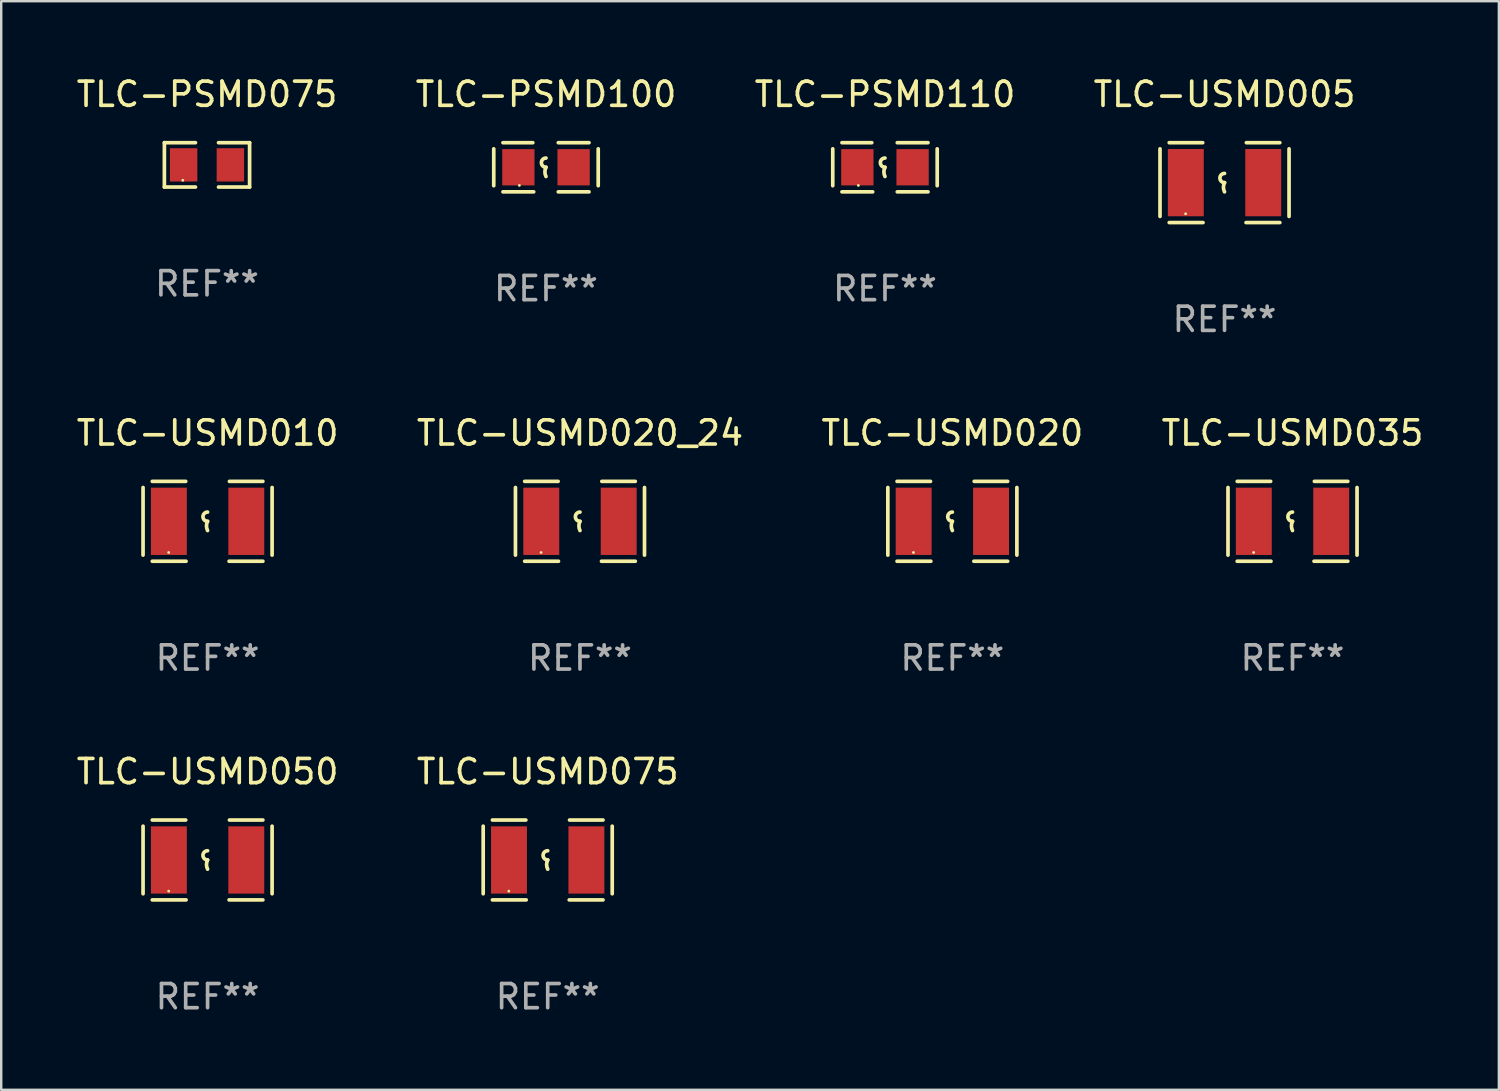
<source format=kicad_pcb>
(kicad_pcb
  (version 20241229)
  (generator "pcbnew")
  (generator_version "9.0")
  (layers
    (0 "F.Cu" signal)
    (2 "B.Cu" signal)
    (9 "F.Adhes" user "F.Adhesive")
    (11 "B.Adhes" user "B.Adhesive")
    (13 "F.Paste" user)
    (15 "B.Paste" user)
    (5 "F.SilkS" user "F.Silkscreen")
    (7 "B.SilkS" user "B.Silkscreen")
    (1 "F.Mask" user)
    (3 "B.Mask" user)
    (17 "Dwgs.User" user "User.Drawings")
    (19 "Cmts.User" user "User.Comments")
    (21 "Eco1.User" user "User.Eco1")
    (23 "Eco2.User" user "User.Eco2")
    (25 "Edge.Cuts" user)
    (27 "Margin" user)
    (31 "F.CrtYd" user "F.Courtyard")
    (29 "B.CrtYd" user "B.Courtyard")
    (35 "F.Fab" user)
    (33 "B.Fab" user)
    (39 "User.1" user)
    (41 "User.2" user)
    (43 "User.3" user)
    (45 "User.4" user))
  (footprint "TLC-USMD005"
    (layer "F.Cu")
    (at 47.565 4.499)
    (property "Reference" "TLC-USMD005" (at 0 -3.651 0) (layer "F.SilkS") (effects (font (size 1 1) (thickness 0.15))))
    (attr through_hole)
    (fp_line (start -2.667 -1.397) (end -2.667 1.397) (stroke (width 0.152) (type solid)) (layer "F.SilkS"))
    (fp_line (start -2.286 -1.651) (end -0.903 -1.651) (stroke (width 0.152) (type solid)) (layer "F.SilkS"))
    (fp_line (start -0.889 1.651) (end -2.286 1.651) (stroke (width 0.152) (type solid)) (layer "F.SilkS"))
    (fp_line (start 0.889 1.651) (end 2.286 1.651) (stroke (width 0.152) (type solid)) (layer "F.SilkS"))
    (fp_line (start 2.286 -1.651) (end 0.903 -1.651) (stroke (width 0.152) (type solid)) (layer "F.SilkS"))
    (fp_line (start 2.667 -1.397) (end 2.667 1.397) (stroke (width 0.152) (type solid)) (layer "F.SilkS"))
    (fp_arc (start 0 0) (mid -0.1905 -0.1905) (end 0 -0.381) (stroke (width 0.151994) (type solid)) (layer "F.SilkS"))
    (fp_arc (start 0 0.381001) (mid -0.044971 0.1905) (end 0 0) (stroke (width 0.151994) (type solid)) (layer "F.SilkS"))
    (fp_circle (center -1.608 1.288) (end -1.578 1.288) (stroke (width 0.06) (type solid)) (fill no) (layer "F.SilkS"))
    (fp_text user "REF**" (at 0 5.651 0) (layer "F.Fab") (effects (font (size 1 1) (thickness 0.15))))
    (pad "1" smd rect (at -1.6 0) (size 1.485 2.781) (layers "F.Cu" "F.Mask" "F.Paste"))
    (pad "2" smd rect (at 1.6 0) (size 1.485 2.781) (layers "F.Cu" "F.Mask" "F.Paste")))
  (footprint "TLC-PSMD100"
    (layer "F.Cu")
    (at 19.518 3.864)
    (property "Reference" "TLC-PSMD100" (at 0 -3.016 0) (layer "F.SilkS") (effects (font (size 1 1) (thickness 0.15))))
    (attr through_hole)
    (fp_line (start -2.159 -0.762) (end -2.159 0.762) (stroke (width 0.152) (type solid)) (layer "F.SilkS"))
    (fp_line (start -1.778 -1.016) (end -0.545 -1.016) (stroke (width 0.152) (type solid)) (layer "F.SilkS"))
    (fp_line (start -0.508 1.016) (end -1.778 1.016) (stroke (width 0.152) (type solid)) (layer "F.SilkS"))
    (fp_line (start 0.508 1.016) (end 1.778 1.016) (stroke (width 0.152) (type solid)) (layer "F.SilkS"))
    (fp_line (start 1.778 -1.016) (end 0.508 -1.016) (stroke (width 0.152) (type solid)) (layer "F.SilkS"))
    (fp_line (start 2.159 -0.762) (end 2.159 0.762) (stroke (width 0.152) (type solid)) (layer "F.SilkS"))
    (fp_arc (start 0 0) (mid -0.1905 -0.1905) (end 0 -0.381) (stroke (width 0.151994) (type solid)) (layer "F.SilkS"))
    (fp_arc (start 0 0.381001) (mid -0.044971 0.1905) (end 0 0) (stroke (width 0.151994) (type solid)) (layer "F.SilkS"))
    (fp_circle (center -1.1 0.75) (end -1.07 0.75) (stroke (width 0.06) (type solid)) (fill no) (layer "F.SilkS"))
    (fp_text user "REF**" (at 0 5.016 0) (layer "F.Fab") (effects (font (size 1 1) (thickness 0.15))))
    (pad "1" smd rect (at -1.142 0) (size 1.335 1.5) (layers "F.Cu" "F.Mask" "F.Paste"))
    (pad "2" smd rect (at 1.142 0) (size 1.335 1.5) (layers "F.Cu" "F.Mask" "F.Paste")))
  (footprint "TLC-PSMD110"
    (layer "F.Cu")
    (at 33.53 3.864)
    (property "Reference" "TLC-PSMD110" (at 0 -3.016 0) (layer "F.SilkS") (effects (font (size 1 1) (thickness 0.15))))
    (attr through_hole)
    (fp_line (start -2.159 -0.762) (end -2.159 0.762) (stroke (width 0.152) (type solid)) (layer "F.SilkS"))
    (fp_line (start -1.778 -1.016) (end -0.545 -1.016) (stroke (width 0.152) (type solid)) (layer "F.SilkS"))
    (fp_line (start -0.508 1.016) (end -1.778 1.016) (stroke (width 0.152) (type solid)) (layer "F.SilkS"))
    (fp_line (start 0.508 1.016) (end 1.778 1.016) (stroke (width 0.152) (type solid)) (layer "F.SilkS"))
    (fp_line (start 1.778 -1.016) (end 0.508 -1.016) (stroke (width 0.152) (type solid)) (layer "F.SilkS"))
    (fp_line (start 2.159 -0.762) (end 2.159 0.762) (stroke (width 0.152) (type solid)) (layer "F.SilkS"))
    (fp_arc (start 0 0) (mid -0.1905 -0.1905) (end 0 -0.381) (stroke (width 0.151994) (type solid)) (layer "F.SilkS"))
    (fp_arc (start 0 0.381001) (mid -0.044971 0.1905) (end 0 0) (stroke (width 0.151994) (type solid)) (layer "F.SilkS"))
    (fp_circle (center -1.1 0.75) (end -1.07 0.75) (stroke (width 0.06) (type solid)) (fill no) (layer "F.SilkS"))
    (fp_text user "REF**" (at 0 5.016 0) (layer "F.Fab") (effects (font (size 1 1) (thickness 0.15))))
    (pad "1" smd rect (at -1.142 0) (size 1.335 1.5) (layers "F.Cu" "F.Mask" "F.Paste"))
    (pad "2" smd rect (at 1.142 0) (size 1.335 1.5) (layers "F.Cu" "F.Mask" "F.Paste")))
  (footprint "TLC-USMD035"
    (layer "F.Cu")
    (at 50.375 18.498)
    (property "Reference" "TLC-USMD035" (at 0 -3.651 0) (layer "F.SilkS") (effects (font (size 1 1) (thickness 0.15))))
    (attr through_hole)
    (fp_line (start -2.667 -1.397) (end -2.667 1.397) (stroke (width 0.152) (type solid)) (layer "F.SilkS"))
    (fp_line (start -2.286 -1.651) (end -0.903 -1.651) (stroke (width 0.152) (type solid)) (layer "F.SilkS"))
    (fp_line (start -0.889 1.651) (end -2.286 1.651) (stroke (width 0.152) (type solid)) (layer "F.SilkS"))
    (fp_line (start 0.889 1.651) (end 2.286 1.651) (stroke (width 0.152) (type solid)) (layer "F.SilkS"))
    (fp_line (start 2.286 -1.651) (end 0.903 -1.651) (stroke (width 0.152) (type solid)) (layer "F.SilkS"))
    (fp_line (start 2.667 -1.397) (end 2.667 1.397) (stroke (width 0.152) (type solid)) (layer "F.SilkS"))
    (fp_arc (start 0 0) (mid -0.1905 -0.1905) (end 0 -0.381) (stroke (width 0.151994) (type solid)) (layer "F.SilkS"))
    (fp_arc (start 0 0.381001) (mid -0.044971 0.1905) (end 0 0) (stroke (width 0.151994) (type solid)) (layer "F.SilkS"))
    (fp_circle (center -1.608 1.288) (end -1.578 1.288) (stroke (width 0.06) (type solid)) (fill no) (layer "F.SilkS"))
    (fp_text user "REF**" (at 0 5.651 0) (layer "F.Fab") (effects (font (size 1 1) (thickness 0.15))))
    (pad "1" smd rect (at -1.6 0) (size 1.485 2.781) (layers "F.Cu" "F.Mask" "F.Paste"))
    (pad "2" smd rect (at 1.6 0) (size 1.485 2.781) (layers "F.Cu" "F.Mask" "F.Paste")))
  (footprint "TLC-USMD050"
    (layer "F.Cu")
    (at 5.53 32.496)
    (property "Reference" "TLC-USMD050" (at 0 -3.651 0) (layer "F.SilkS") (effects (font (size 1 1) (thickness 0.15))))
    (attr through_hole)
    (fp_line (start -2.667 -1.397) (end -2.667 1.397) (stroke (width 0.152) (type solid)) (layer "F.SilkS"))
    (fp_line (start -2.286 -1.651) (end -0.903 -1.651) (stroke (width 0.152) (type solid)) (layer "F.SilkS"))
    (fp_line (start -0.889 1.651) (end -2.286 1.651) (stroke (width 0.152) (type solid)) (layer "F.SilkS"))
    (fp_line (start 0.889 1.651) (end 2.286 1.651) (stroke (width 0.152) (type solid)) (layer "F.SilkS"))
    (fp_line (start 2.286 -1.651) (end 0.903 -1.651) (stroke (width 0.152) (type solid)) (layer "F.SilkS"))
    (fp_line (start 2.667 -1.397) (end 2.667 1.397) (stroke (width 0.152) (type solid)) (layer "F.SilkS"))
    (fp_arc (start 0 0) (mid -0.1905 -0.1905) (end 0 -0.381) (stroke (width 0.151994) (type solid)) (layer "F.SilkS"))
    (fp_arc (start 0 0.381001) (mid -0.044971 0.1905) (end 0 0) (stroke (width 0.151994) (type solid)) (layer "F.SilkS"))
    (fp_circle (center -1.608 1.288) (end -1.578 1.288) (stroke (width 0.06) (type solid)) (fill no) (layer "F.SilkS"))
    (fp_text user "REF**" (at 0 5.651 0) (layer "F.Fab") (effects (font (size 1 1) (thickness 0.15))))
    (pad "1" smd rect (at -1.6 0) (size 1.485 2.781) (layers "F.Cu" "F.Mask" "F.Paste"))
    (pad "2" smd rect (at 1.6 0) (size 1.485 2.781) (layers "F.Cu" "F.Mask" "F.Paste")))
  (footprint "TLC-USMD010"
    (layer "F.Cu")
    (at 5.53 18.498)
    (property "Reference" "TLC-USMD010" (at 0 -3.651 0) (layer "F.SilkS") (effects (font (size 1 1) (thickness 0.15))))
    (attr through_hole)
    (fp_line (start -2.667 -1.397) (end -2.667 1.397) (stroke (width 0.152) (type solid)) (layer "F.SilkS"))
    (fp_line (start -2.286 -1.651) (end -0.903 -1.651) (stroke (width 0.152) (type solid)) (layer "F.SilkS"))
    (fp_line (start -0.889 1.651) (end -2.286 1.651) (stroke (width 0.152) (type solid)) (layer "F.SilkS"))
    (fp_line (start 0.889 1.651) (end 2.286 1.651) (stroke (width 0.152) (type solid)) (layer "F.SilkS"))
    (fp_line (start 2.286 -1.651) (end 0.903 -1.651) (stroke (width 0.152) (type solid)) (layer "F.SilkS"))
    (fp_line (start 2.667 -1.397) (end 2.667 1.397) (stroke (width 0.152) (type solid)) (layer "F.SilkS"))
    (fp_arc (start 0 0) (mid -0.1905 -0.1905) (end 0 -0.381) (stroke (width 0.151994) (type solid)) (layer "F.SilkS"))
    (fp_arc (start 0 0.381001) (mid -0.044971 0.1905) (end 0 0) (stroke (width 0.151994) (type solid)) (layer "F.SilkS"))
    (fp_circle (center -1.608 1.288) (end -1.578 1.288) (stroke (width 0.06) (type solid)) (fill no) (layer "F.SilkS"))
    (fp_text user "REF**" (at 0 5.651 0) (layer "F.Fab") (effects (font (size 1 1) (thickness 0.15))))
    (pad "1" smd rect (at -1.6 0) (size 1.485 2.781) (layers "F.Cu" "F.Mask" "F.Paste"))
    (pad "2" smd rect (at 1.6 0) (size 1.485 2.781) (layers "F.Cu" "F.Mask" "F.Paste")))
  (footprint "TLC-USMD020"
    (layer "F.Cu")
    (at 36.315 18.498)
    (property "Reference" "TLC-USMD020" (at 0 -3.651 0) (layer "F.SilkS") (effects (font (size 1 1) (thickness 0.15))))
    (attr through_hole)
    (fp_line (start -2.667 -1.397) (end -2.667 1.397) (stroke (width 0.152) (type solid)) (layer "F.SilkS"))
    (fp_line (start -2.286 -1.651) (end -0.903 -1.651) (stroke (width 0.152) (type solid)) (layer "F.SilkS"))
    (fp_line (start -0.889 1.651) (end -2.286 1.651) (stroke (width 0.152) (type solid)) (layer "F.SilkS"))
    (fp_line (start 0.889 1.651) (end 2.286 1.651) (stroke (width 0.152) (type solid)) (layer "F.SilkS"))
    (fp_line (start 2.286 -1.651) (end 0.903 -1.651) (stroke (width 0.152) (type solid)) (layer "F.SilkS"))
    (fp_line (start 2.667 -1.397) (end 2.667 1.397) (stroke (width 0.152) (type solid)) (layer "F.SilkS"))
    (fp_arc (start 0 0) (mid -0.1905 -0.1905) (end 0 -0.381) (stroke (width 0.151994) (type solid)) (layer "F.SilkS"))
    (fp_arc (start 0 0.381001) (mid -0.044971 0.1905) (end 0 0) (stroke (width 0.151994) (type solid)) (layer "F.SilkS"))
    (fp_circle (center -1.608 1.288) (end -1.578 1.288) (stroke (width 0.06) (type solid)) (fill no) (layer "F.SilkS"))
    (fp_text user "REF**" (at 0 5.651 0) (layer "F.Fab") (effects (font (size 1 1) (thickness 0.15))))
    (pad "1" smd rect (at -1.6 0) (size 1.485 2.781) (layers "F.Cu" "F.Mask" "F.Paste"))
    (pad "2" smd rect (at 1.6 0) (size 1.485 2.781) (layers "F.Cu" "F.Mask" "F.Paste")))
  (footprint "TLC-USMD075"
    (layer "F.Cu")
    (at 19.589 32.496)
    (property "Reference" "TLC-USMD075" (at 0 -3.651 0) (layer "F.SilkS") (effects (font (size 1 1) (thickness 0.15))))
    (attr through_hole)
    (fp_line (start -2.667 -1.397) (end -2.667 1.397) (stroke (width 0.152) (type solid)) (layer "F.SilkS"))
    (fp_line (start -2.286 -1.651) (end -0.903 -1.651) (stroke (width 0.152) (type solid)) (layer "F.SilkS"))
    (fp_line (start -0.889 1.651) (end -2.286 1.651) (stroke (width 0.152) (type solid)) (layer "F.SilkS"))
    (fp_line (start 0.889 1.651) (end 2.286 1.651) (stroke (width 0.152) (type solid)) (layer "F.SilkS"))
    (fp_line (start 2.286 -1.651) (end 0.903 -1.651) (stroke (width 0.152) (type solid)) (layer "F.SilkS"))
    (fp_line (start 2.667 -1.397) (end 2.667 1.397) (stroke (width 0.152) (type solid)) (layer "F.SilkS"))
    (fp_arc (start 0 0) (mid -0.1905 -0.1905) (end 0 -0.381) (stroke (width 0.151994) (type solid)) (layer "F.SilkS"))
    (fp_arc (start 0 0.381001) (mid -0.044971 0.1905) (end 0 0) (stroke (width 0.151994) (type solid)) (layer "F.SilkS"))
    (fp_circle (center -1.608 1.288) (end -1.578 1.288) (stroke (width 0.06) (type solid)) (fill no) (layer "F.SilkS"))
    (fp_text user "REF**" (at 0 5.651 0) (layer "F.Fab") (effects (font (size 1 1) (thickness 0.15))))
    (pad "1" smd rect (at -1.6 0) (size 1.485 2.781) (layers "F.Cu" "F.Mask" "F.Paste"))
    (pad "2" smd rect (at 1.6 0) (size 1.485 2.781) (layers "F.Cu" "F.Mask" "F.Paste")))
  (footprint "TLC-PSMD075"
    (layer "F.Cu")
    (at 5.506 3.765)
    (property "Reference" "TLC-PSMD075" (at 0 -2.917 0) (layer "F.SilkS") (effects (font (size 1 1) (thickness 0.15))))
    (attr through_hole)
    (fp_line (start -1.761 -0.917) (end -0.476 -0.917) (stroke (width 0.152) (type solid)) (layer "F.SilkS"))
    (fp_line (start -1.761 0.917) (end -1.761 -0.917) (stroke (width 0.152) (type solid)) (layer "F.SilkS"))
    (fp_line (start -0.476 0.917) (end -1.761 0.917) (stroke (width 0.152) (type solid)) (layer "F.SilkS"))
    (fp_line (start 0.476 0.917) (end 1.761 0.917) (stroke (width 0.152) (type solid)) (layer "F.SilkS"))
    (fp_line (start 1.761 -0.917) (end 0.476 -0.917) (stroke (width 0.152) (type solid)) (layer "F.SilkS"))
    (fp_line (start 1.761 0.917) (end 1.761 -0.917) (stroke (width 0.152) (type solid)) (layer "F.SilkS"))
    (fp_circle (center -1 0.638) (end -0.97 0.638) (stroke (width 0.06) (type solid)) (fill no) (layer "F.SilkS"))
    (fp_text user "REF**" (at 0 4.917 0) (layer "F.Fab") (effects (font (size 1 1) (thickness 0.15))))
    (pad "1" smd rect (at -0.966 0) (size 1.133 1.377) (layers "F.Cu" "F.Mask" "F.Paste"))
    (pad "2" smd rect (at 0.966 0) (size 1.133 1.377) (layers "F.Cu" "F.Mask" "F.Paste")))
  (footprint "TLC-USMD020_24"
    (layer "F.Cu")
    (at 20.923 18.498)
    (property "Reference" "TLC-USMD020_24" (at 0 -3.651 0) (layer "F.SilkS") (effects (font (size 1 1) (thickness 0.15))))
    (attr through_hole)
    (fp_line (start -2.667 -1.397) (end -2.667 1.397) (stroke (width 0.152) (type solid)) (layer "F.SilkS"))
    (fp_line (start -2.286 -1.651) (end -0.903 -1.651) (stroke (width 0.152) (type solid)) (layer "F.SilkS"))
    (fp_line (start -0.889 1.651) (end -2.286 1.651) (stroke (width 0.152) (type solid)) (layer "F.SilkS"))
    (fp_line (start 0.889 1.651) (end 2.286 1.651) (stroke (width 0.152) (type solid)) (layer "F.SilkS"))
    (fp_line (start 2.286 -1.651) (end 0.903 -1.651) (stroke (width 0.152) (type solid)) (layer "F.SilkS"))
    (fp_line (start 2.667 -1.397) (end 2.667 1.397) (stroke (width 0.152) (type solid)) (layer "F.SilkS"))
    (fp_arc (start 0 0) (mid -0.1905 -0.1905) (end 0 -0.381) (stroke (width 0.151994) (type solid)) (layer "F.SilkS"))
    (fp_arc (start 0 0.381001) (mid -0.044971 0.1905) (end 0 0) (stroke (width 0.151994) (type solid)) (layer "F.SilkS"))
    (fp_circle (center -1.608 1.288) (end -1.578 1.288) (stroke (width 0.06) (type solid)) (fill no) (layer "F.SilkS"))
    (fp_text user "REF**" (at 0 5.651 0) (layer "F.Fab") (effects (font (size 1 1) (thickness 0.15))))
    (pad "1" smd rect (at -1.6 0) (size 1.485 2.781) (layers "F.Cu" "F.Mask" "F.Paste"))
    (pad "2" smd rect (at 1.6 0) (size 1.485 2.781) (layers "F.Cu" "F.Mask" "F.Paste")))
  (gr_rect
    (start -3 -3)
    (end 58.905 41.996)
    (stroke (width 0.1) (type default))
    (fill no)
    (layer "Edge.Cuts")))
</source>
